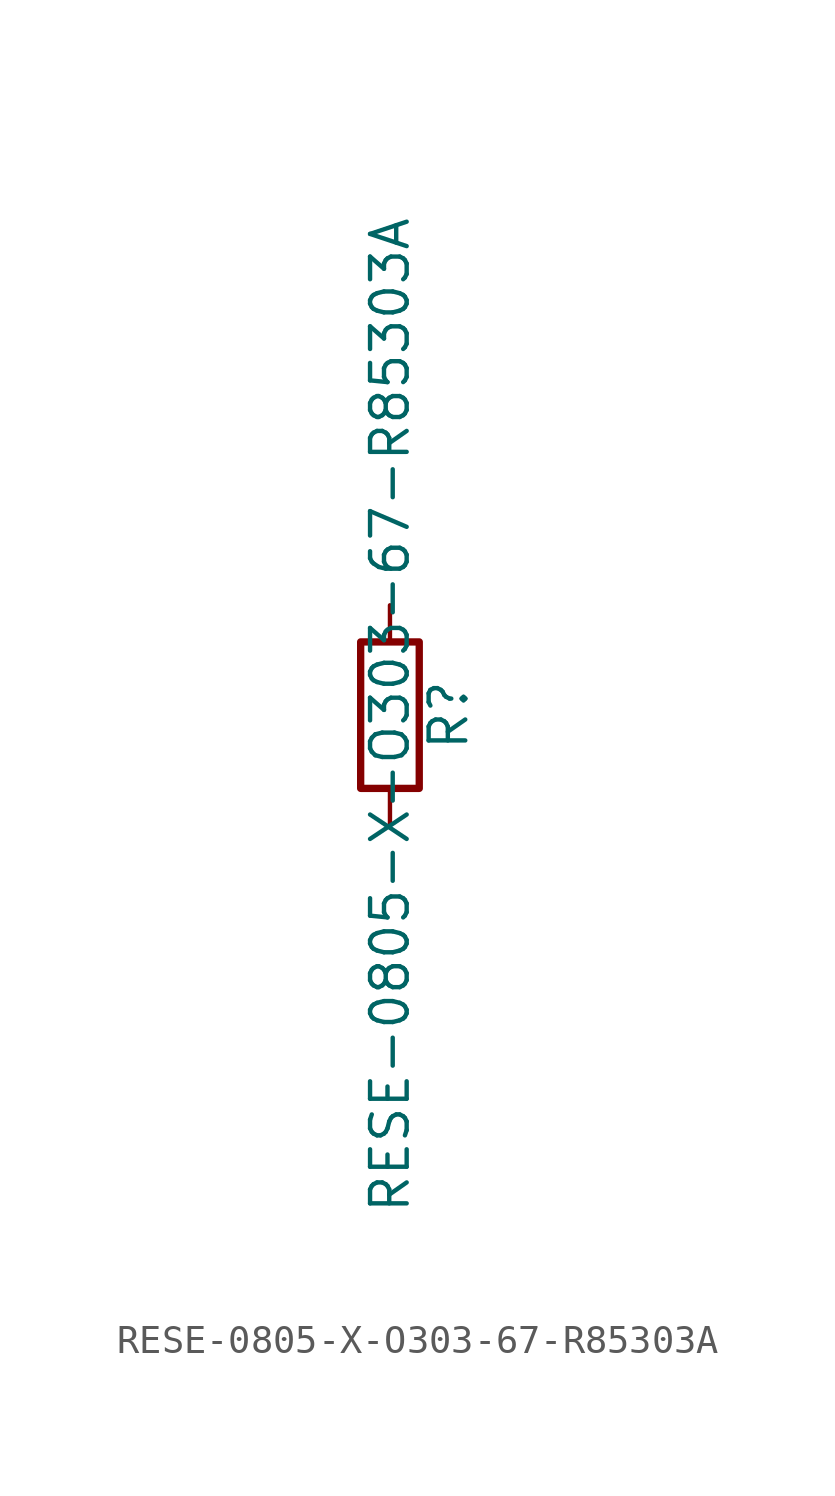
<source format=kicad_sym>
(kicad_symbol_lib
  (version 20211014)
  (generator kicad_symbol_editor)
  (symbol "RESE-0805-X-O303-67-R85303A"
    (pin_numbers hide)
    (pin_names
      (offset 0))
    (property "Reference" "R"
      (at 2.032 0 90)
      (effects (font (size 1.27 1.27))))
    (property "Value" "RESE-0805-X-O303-67-R85303A"
      (at 0 0 90)
      (effects (font (size 1.27 1.27))))
    (symbol "RESE-0805-X-O303-67-R85303A_0_1"
      (rectangle (start -1.016 -2.54) (end 1.016 2.54) (stroke (width 0.254) (type default) (color 0 0 0 0)) (fill (type none))))
    (symbol "RESE-0805-X-O303-67-R85303A_1_1"
      (pin passive line (at 0 3.81 270) (length 1.27) (name "~" (effects (font (size 1.27 1.27)))) (number "1" (effects (font (size 1.27 1.27)))))
      (pin passive line (at 0 -3.81 90) (length 1.27) (name "~" (effects (font (size 1.27 1.27)))) (number "2" (effects (font (size 1.27 1.27))))))))
</source>
